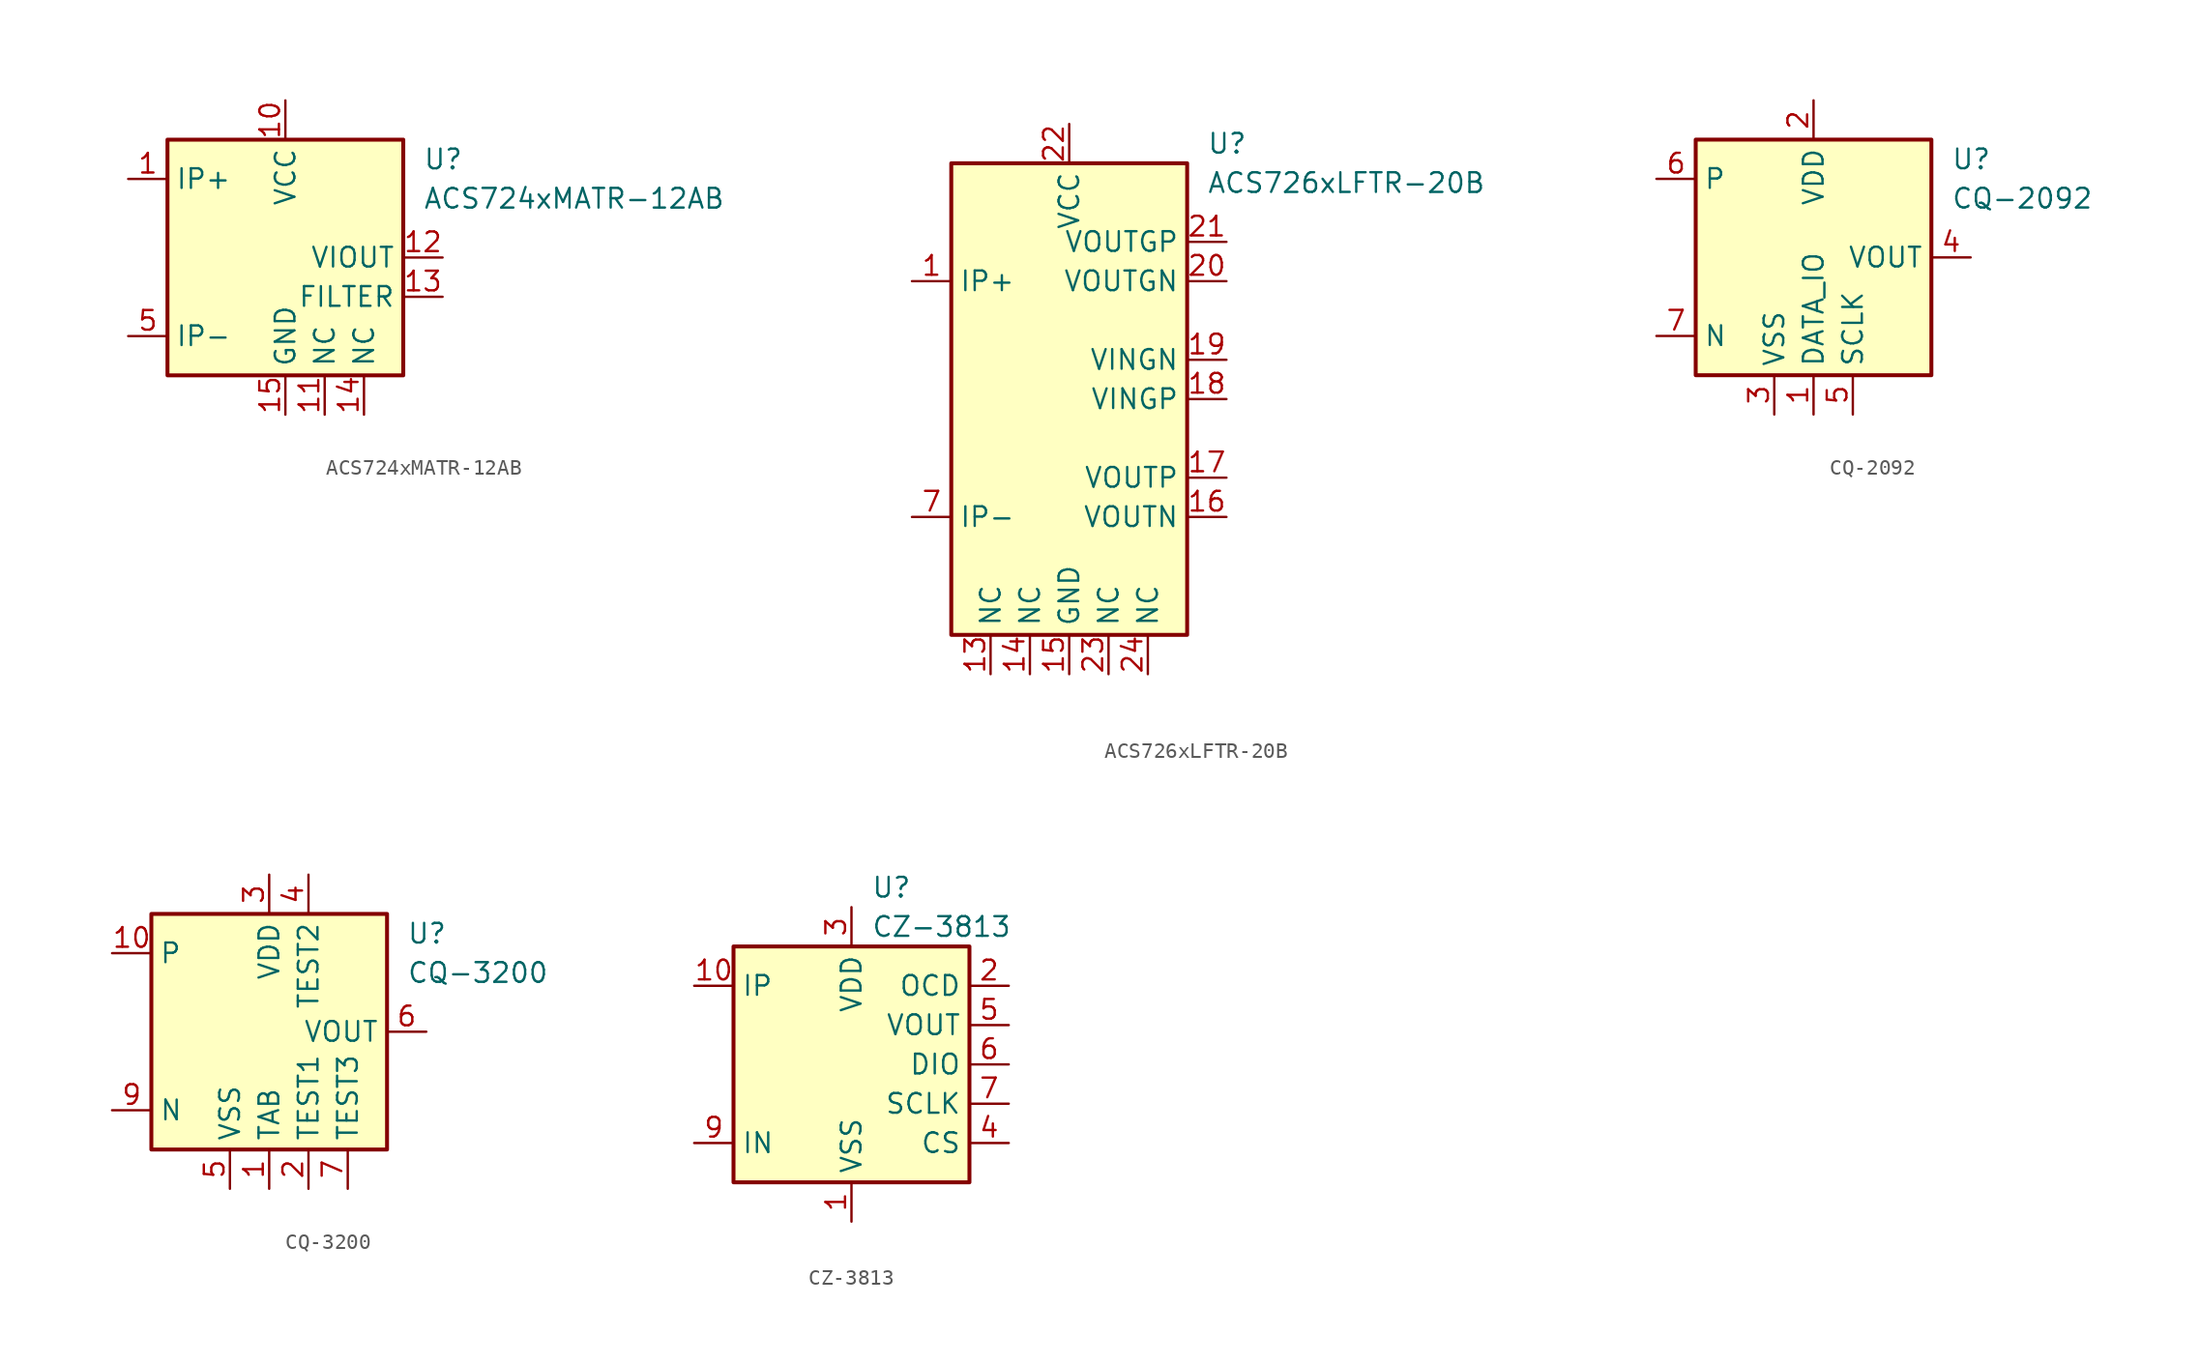
<source format=kicad_sym>
(kicad_symbol_lib
  (version 20201005)
  (generator kicad_symbol_editor)
  (symbol "ACS724xMATR-12AB"
    (property "Reference" "U"
      (at 8.89 6.35 0)
      (effects (font (size 1.27 1.27)) (justify left)))
    (property "Value" "ACS724xMATR-12AB"
      (at 8.89 3.81 0)
      (effects (font (size 1.27 1.27)) (justify left)))
    (symbol "ACS724xMATR-12AB_0_1"
      (rectangle (start -7.62 7.62) (end 7.62 -7.62) (stroke (width 0.254)) (fill (type background))))
    (symbol "ACS724xMATR-12AB_1_1"
      (pin passive line (at -10.16 5.08 0) (length 2.54) (name "IP+" (effects (font (size 1.27 1.27)))) (number "1" (effects (font (size 1.27 1.27)))))
      (pin power_in line (at 0 10.16 270) (length 2.54) (name "VCC" (effects (font (size 1.27 1.27)))) (number "10" (effects (font (size 1.27 1.27)))))
      (pin passive line (at 2.54 -10.16 90) (length 2.54) (name "NC" (effects (font (size 1.27 1.27)))) (number "11" (effects (font (size 1.27 1.27)))))
      (pin output line (at 10.16 0 180) (length 2.54) (name "VIOUT" (effects (font (size 1.27 1.27)))) (number "12" (effects (font (size 1.27 1.27)))))
      (pin passive line (at 10.16 -2.54 180) (length 2.54) (name "FILTER" (effects (font (size 1.27 1.27)))) (number "13" (effects (font (size 1.27 1.27)))))
      (pin passive line (at 5.08 -10.16 90) (length 2.54) (name "NC" (effects (font (size 1.27 1.27)))) (number "14" (effects (font (size 1.27 1.27)))))
      (pin power_in line (at 0 -10.16 90) (length 2.54) (name "GND" (effects (font (size 1.27 1.27)))) (number "15" (effects (font (size 1.27 1.27)))))
      (pin no_connect line (at 7.62 2.54 180) (length 2.54) hide (name "NC" (effects (font (size 1.27 1.27)))) (number "16" (effects (font (size 1.27 1.27)))))
      (pin passive line (at -10.16 5.08 0) (length 2.54) hide (name "IP+" (effects (font (size 1.27 1.27)))) (number "2" (effects (font (size 1.27 1.27)))))
      (pin passive line (at -10.16 5.08 0) (length 2.54) hide (name "IP+" (effects (font (size 1.27 1.27)))) (number "3" (effects (font (size 1.27 1.27)))))
      (pin passive line (at -10.16 5.08 0) (length 2.54) hide (name "IP+" (effects (font (size 1.27 1.27)))) (number "4" (effects (font (size 1.27 1.27)))))
      (pin passive line (at -10.16 -5.08 0) (length 2.54) (name "IP-" (effects (font (size 1.27 1.27)))) (number "5" (effects (font (size 1.27 1.27)))))
      (pin passive line (at -10.16 -5.08 0) (length 2.54) hide (name "IP-" (effects (font (size 1.27 1.27)))) (number "6" (effects (font (size 1.27 1.27)))))
      (pin passive line (at -10.16 -5.08 0) (length 2.54) hide (name "IP-" (effects (font (size 1.27 1.27)))) (number "7" (effects (font (size 1.27 1.27)))))
      (pin passive line (at -10.16 -5.08 0) (length 2.54) hide (name "IP-" (effects (font (size 1.27 1.27)))) (number "8" (effects (font (size 1.27 1.27)))))
      (pin no_connect line (at 7.62 5.08 180) (length 2.54) hide (name "NC" (effects (font (size 1.27 1.27)))) (number "9" (effects (font (size 1.27 1.27)))))))
  (symbol "ACS726xLFTR-20B"
    (property "Reference" "U"
      (at 8.89 16.51 0)
      (effects (font (size 1.27 1.27)) (justify left)))
    (property "Value" "ACS726xLFTR-20B"
      (at 8.89 13.97 0)
      (effects (font (size 1.27 1.27)) (justify left)))
    (symbol "ACS726xLFTR-20B_0_1"
      (rectangle (start -7.62 15.24) (end 7.62 -15.24) (stroke (width 0.254)) (fill (type background))))
    (symbol "ACS726xLFTR-20B_1_1"
      (pin passive line (at -10.16 7.62 0) (length 2.54) (name "IP+" (effects (font (size 1.27 1.27)))) (number "1" (effects (font (size 1.27 1.27)))))
      (pin passive line (at -10.16 -7.62 0) (length 2.54) hide (name "IP-" (effects (font (size 1.27 1.27)))) (number "10" (effects (font (size 1.27 1.27)))))
      (pin passive line (at -10.16 -7.62 0) (length 2.54) hide (name "IP-" (effects (font (size 1.27 1.27)))) (number "11" (effects (font (size 1.27 1.27)))))
      (pin passive line (at -10.16 -7.62 0) (length 2.54) hide (name "IP-" (effects (font (size 1.27 1.27)))) (number "12" (effects (font (size 1.27 1.27)))))
      (pin passive line (at -5.08 -17.78 90) (length 2.54) (name "NC" (effects (font (size 1.27 1.27)))) (number "13" (effects (font (size 1.27 1.27)))))
      (pin passive line (at -2.54 -17.78 90) (length 2.54) (name "NC" (effects (font (size 1.27 1.27)))) (number "14" (effects (font (size 1.27 1.27)))))
      (pin power_in line (at 0 -17.78 90) (length 2.54) (name "GND" (effects (font (size 1.27 1.27)))) (number "15" (effects (font (size 1.27 1.27)))))
      (pin output line (at 10.16 -7.62 180) (length 2.54) (name "VOUTN" (effects (font (size 1.27 1.27)))) (number "16" (effects (font (size 1.27 1.27)))))
      (pin output line (at 10.16 -5.08 180) (length 2.54) (name "VOUTP" (effects (font (size 1.27 1.27)))) (number "17" (effects (font (size 1.27 1.27)))))
      (pin input line (at 10.16 0 180) (length 2.54) (name "VINGP" (effects (font (size 1.27 1.27)))) (number "18" (effects (font (size 1.27 1.27)))))
      (pin input line (at 10.16 2.54 180) (length 2.54) (name "VINGN" (effects (font (size 1.27 1.27)))) (number "19" (effects (font (size 1.27 1.27)))))
      (pin passive line (at -10.16 7.62 0) (length 2.54) hide (name "IP+" (effects (font (size 1.27 1.27)))) (number "2" (effects (font (size 1.27 1.27)))))
      (pin output line (at 10.16 7.62 180) (length 2.54) (name "VOUTGN" (effects (font (size 1.27 1.27)))) (number "20" (effects (font (size 1.27 1.27)))))
      (pin output line (at 10.16 10.16 180) (length 2.54) (name "VOUTGP" (effects (font (size 1.27 1.27)))) (number "21" (effects (font (size 1.27 1.27)))))
      (pin power_in line (at 0 17.78 270) (length 2.54) (name "VCC" (effects (font (size 1.27 1.27)))) (number "22" (effects (font (size 1.27 1.27)))))
      (pin passive line (at 2.54 -17.78 90) (length 2.54) (name "NC" (effects (font (size 1.27 1.27)))) (number "23" (effects (font (size 1.27 1.27)))))
      (pin passive line (at 5.08 -17.78 90) (length 2.54) (name "NC" (effects (font (size 1.27 1.27)))) (number "24" (effects (font (size 1.27 1.27)))))
      (pin passive line (at -10.16 7.62 0) (length 2.54) hide (name "IP+" (effects (font (size 1.27 1.27)))) (number "3" (effects (font (size 1.27 1.27)))))
      (pin passive line (at -10.16 7.62 0) (length 2.54) hide (name "IP+" (effects (font (size 1.27 1.27)))) (number "4" (effects (font (size 1.27 1.27)))))
      (pin passive line (at -10.16 7.62 0) (length 2.54) hide (name "IP+" (effects (font (size 1.27 1.27)))) (number "5" (effects (font (size 1.27 1.27)))))
      (pin passive line (at -10.16 7.62 0) (length 2.54) hide (name "IP+" (effects (font (size 1.27 1.27)))) (number "6" (effects (font (size 1.27 1.27)))))
      (pin passive line (at -10.16 -7.62 0) (length 2.54) (name "IP-" (effects (font (size 1.27 1.27)))) (number "7" (effects (font (size 1.27 1.27)))))
      (pin passive line (at -10.16 -7.62 0) (length 2.54) hide (name "IP-" (effects (font (size 1.27 1.27)))) (number "8" (effects (font (size 1.27 1.27)))))
      (pin passive line (at -10.16 -7.62 0) (length 2.54) hide (name "IP-" (effects (font (size 1.27 1.27)))) (number "9" (effects (font (size 1.27 1.27)))))))
  (symbol "CQ-2092"
    (property "Reference" "U"
      (at 8.89 6.35 0)
      (effects (font (size 1.27 1.27)) (justify left)))
    (property "Value" "CQ-2092"
      (at 8.89 3.81 0)
      (effects (font (size 1.27 1.27)) (justify left)))
    (symbol "CQ-2092_0_1"
      (rectangle (start -7.62 7.62) (end 7.62 -7.62) (stroke (width 0.254)) (fill (type background))))
    (symbol "CQ-2092_1_1"
      (pin power_in line (at 0 -10.16 90) (length 2.54) (name "DATA_IO" (effects (font (size 1.27 1.27)))) (number "1" (effects (font (size 1.27 1.27)))))
      (pin power_in line (at 0 10.16 270) (length 2.54) (name "VDD" (effects (font (size 1.27 1.27)))) (number "2" (effects (font (size 1.27 1.27)))))
      (pin power_in line (at -2.54 -10.16 90) (length 2.54) (name "VSS" (effects (font (size 1.27 1.27)))) (number "3" (effects (font (size 1.27 1.27)))))
      (pin output line (at 10.16 0 180) (length 2.54) (name "VOUT" (effects (font (size 1.27 1.27)))) (number "4" (effects (font (size 1.27 1.27)))))
      (pin power_in line (at 2.54 -10.16 90) (length 2.54) (name "SCLK" (effects (font (size 1.27 1.27)))) (number "5" (effects (font (size 1.27 1.27)))))
      (pin passive line (at -10.16 5.08 0) (length 2.54) (name "P" (effects (font (size 1.27 1.27)))) (number "6" (effects (font (size 1.27 1.27)))))
      (pin passive line (at -10.16 -5.08 0) (length 2.54) (name "N" (effects (font (size 1.27 1.27)))) (number "7" (effects (font (size 1.27 1.27)))))))
  (symbol "CQ-3200"
    (property "Reference" "U"
      (at 8.89 6.35 0)
      (effects (font (size 1.27 1.27)) (justify left)))
    (property "Value" "CQ-3200"
      (at 8.89 3.81 0)
      (effects (font (size 1.27 1.27)) (justify left)))
    (symbol "CQ-3200_0_1"
      (rectangle (start -7.62 7.62) (end 7.62 -7.62) (stroke (width 0.254)) (fill (type background))))
    (symbol "CQ-3200_1_1"
      (pin power_in line (at 0 -10.16 90) (length 2.54) (name "TAB" (effects (font (size 1.27 1.27)))) (number "1" (effects (font (size 1.27 1.27)))))
      (pin passive line (at -10.16 5.08 0) (length 2.54) (name "P" (effects (font (size 1.27 1.27)))) (number "10" (effects (font (size 1.27 1.27)))))
      (pin power_in line (at 2.54 -10.16 90) (length 2.54) (name "TEST1" (effects (font (size 1.27 1.27)))) (number "2" (effects (font (size 1.27 1.27)))))
      (pin power_in line (at 0 10.16 270) (length 2.54) (name "VDD" (effects (font (size 1.27 1.27)))) (number "3" (effects (font (size 1.27 1.27)))))
      (pin power_in line (at 2.54 10.16 270) (length 2.54) (name "TEST2" (effects (font (size 1.27 1.27)))) (number "4" (effects (font (size 1.27 1.27)))))
      (pin power_in line (at -2.54 -10.16 90) (length 2.54) (name "VSS" (effects (font (size 1.27 1.27)))) (number "5" (effects (font (size 1.27 1.27)))))
      (pin output line (at 10.16 0 180) (length 2.54) (name "VOUT" (effects (font (size 1.27 1.27)))) (number "6" (effects (font (size 1.27 1.27)))))
      (pin power_in line (at 5.08 -10.16 90) (length 2.54) (name "TEST3" (effects (font (size 1.27 1.27)))) (number "7" (effects (font (size 1.27 1.27)))))
      (pin passive line (at 0 -10.16 90) (length 2.54) hide (name "TAB" (effects (font (size 1.27 1.27)))) (number "8" (effects (font (size 1.27 1.27)))))
      (pin passive line (at -10.16 -5.08 0) (length 2.54) (name "N" (effects (font (size 1.27 1.27)))) (number "9" (effects (font (size 1.27 1.27)))))))
  (symbol "CZ-3813"
    (property "Reference" "U"
      (at 1.27 11.43 0)
      (effects (font (size 1.27 1.27)) (justify left)))
    (property "Value" "CZ-3813"
      (at 1.27 8.89 0)
      (effects (font (size 1.27 1.27)) (justify left)))
    (symbol "CZ-3813_0_1"
      (rectangle (start -7.62 7.62) (end 7.62 -7.62) (stroke (width 0.254)) (fill (type background))))
    (symbol "CZ-3813_1_1"
      (pin power_in line (at 0 -10.16 90) (length 2.54) (name "VSS" (effects (font (size 1.27 1.27)))) (number "1" (effects (font (size 1.27 1.27)))))
      (pin passive line (at -10.16 5.08 0) (length 2.54) (name "IP" (effects (font (size 1.27 1.27)))) (number "10" (effects (font (size 1.27 1.27)))))
      (pin output line (at 10.16 5.08 180) (length 2.54) (name "OCD" (effects (font (size 1.27 1.27)))) (number "2" (effects (font (size 1.27 1.27)))))
      (pin power_in line (at 0 10.16 270) (length 2.54) (name "VDD" (effects (font (size 1.27 1.27)))) (number "3" (effects (font (size 1.27 1.27)))))
      (pin input line (at 10.16 -5.08 180) (length 2.54) (name "CS" (effects (font (size 1.27 1.27)))) (number "4" (effects (font (size 1.27 1.27)))))
      (pin output line (at 10.16 2.54 180) (length 2.54) (name "VOUT" (effects (font (size 1.27 1.27)))) (number "5" (effects (font (size 1.27 1.27)))))
      (pin bidirectional line (at 10.16 0 180) (length 2.54) (name "DIO" (effects (font (size 1.27 1.27)))) (number "6" (effects (font (size 1.27 1.27)))))
      (pin input line (at 10.16 -2.54 180) (length 2.54) (name "SCLK" (effects (font (size 1.27 1.27)))) (number "7" (effects (font (size 1.27 1.27)))))
      (pin passive line (at 0 -10.16 90) (length 2.54) hide (name "VSS" (effects (font (size 1.27 1.27)))) (number "8" (effects (font (size 1.27 1.27)))))
      (pin passive line (at -10.16 -5.08 0) (length 2.54) (name "IN" (effects (font (size 1.27 1.27)))) (number "9" (effects (font (size 1.27 1.27))))))))
</source>
